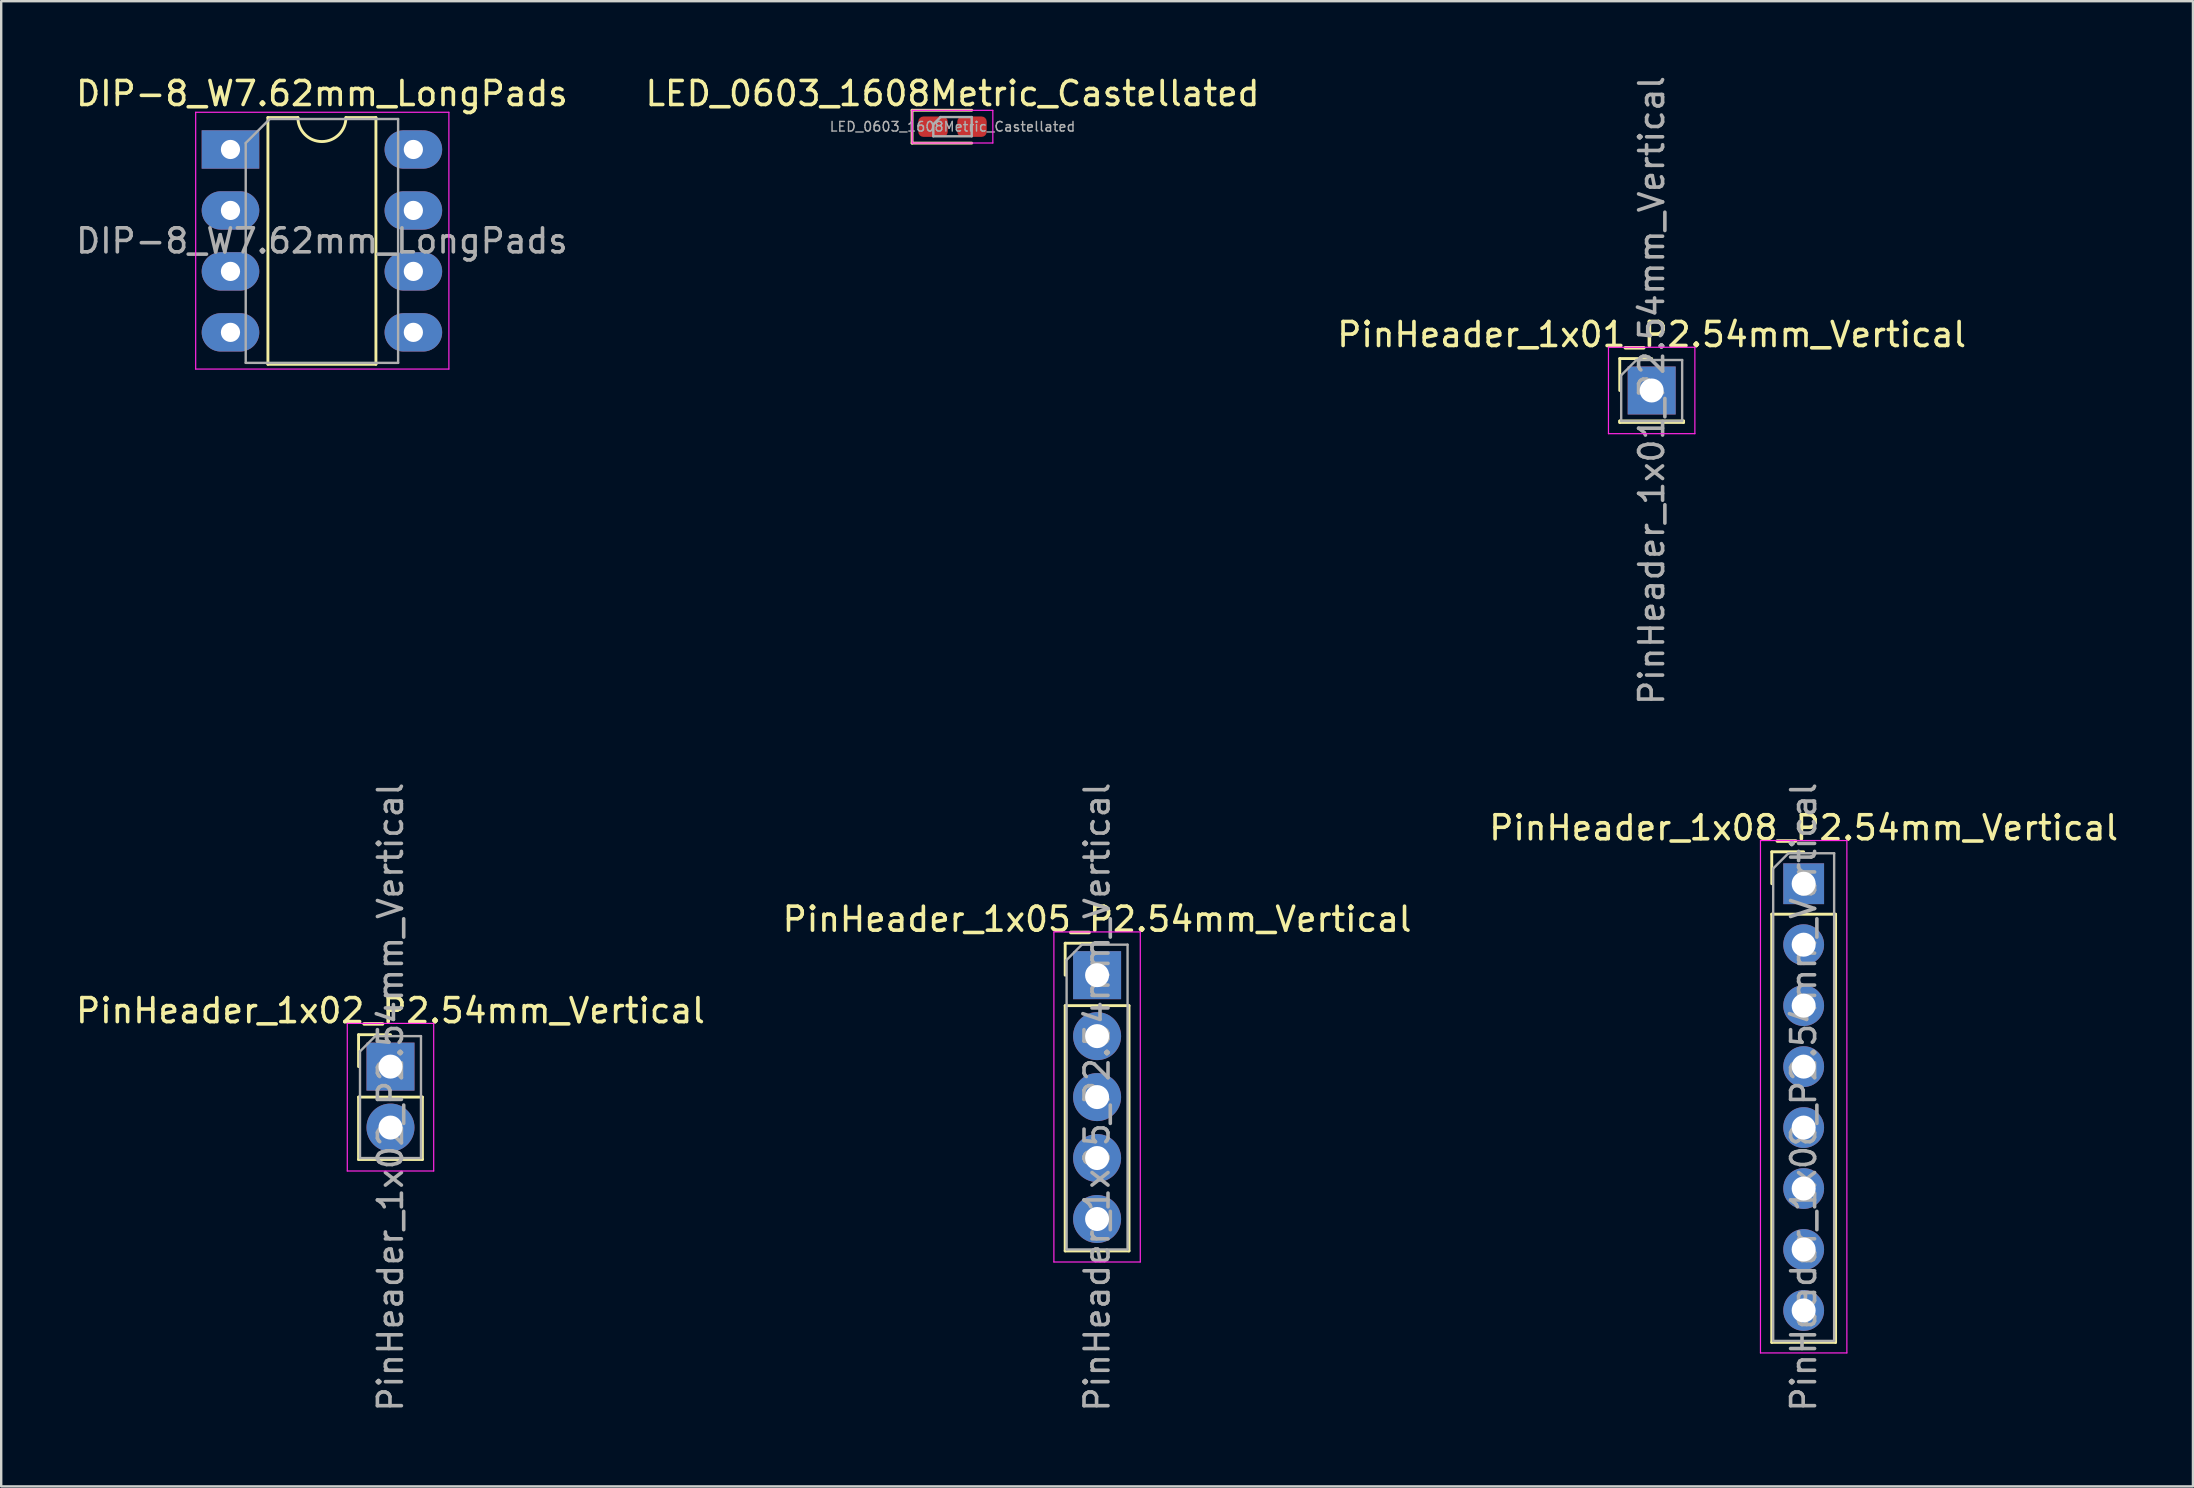
<source format=kicad_pcb>
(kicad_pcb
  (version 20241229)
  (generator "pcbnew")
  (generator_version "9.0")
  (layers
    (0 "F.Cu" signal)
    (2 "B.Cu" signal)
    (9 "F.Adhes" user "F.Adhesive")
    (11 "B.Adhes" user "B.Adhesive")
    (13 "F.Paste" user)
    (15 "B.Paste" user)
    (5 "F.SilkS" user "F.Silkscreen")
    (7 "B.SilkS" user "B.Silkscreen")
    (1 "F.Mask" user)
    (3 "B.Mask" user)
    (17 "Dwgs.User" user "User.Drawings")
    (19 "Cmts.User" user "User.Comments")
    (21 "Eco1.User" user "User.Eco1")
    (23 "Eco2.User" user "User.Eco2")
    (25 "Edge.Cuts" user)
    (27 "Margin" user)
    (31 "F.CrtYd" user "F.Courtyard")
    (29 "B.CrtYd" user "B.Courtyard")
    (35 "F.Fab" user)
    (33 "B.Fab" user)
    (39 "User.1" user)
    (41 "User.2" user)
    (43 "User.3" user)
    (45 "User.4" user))
  (footprint "PinHeader_1x08_P2.54mm_Vertical"
    (layer "F.Cu")
    (at 72.101 33.771)
    (property "Reference" "PinHeader_1x08_P2.54mm_Vertical" (at 0 -2.33 0) (layer "F.SilkS") (effects (font (size 1 1) (thickness 0.15))))
    (attr through_hole)
    (fp_line (start -1.33 -1.33) (end 0 -1.33) (stroke (width 0.12) (type solid)) (layer "F.SilkS"))
    (fp_line (start -1.33 0) (end -1.33 -1.33) (stroke (width 0.12) (type solid)) (layer "F.SilkS"))
    (fp_line (start -1.33 1.27) (end -1.33 19.11) (stroke (width 0.12) (type solid)) (layer "F.SilkS"))
    (fp_line (start -1.33 1.27) (end 1.33 1.27) (stroke (width 0.12) (type solid)) (layer "F.SilkS"))
    (fp_line (start -1.33 19.11) (end 1.33 19.11) (stroke (width 0.12) (type solid)) (layer "F.SilkS"))
    (fp_line (start 1.33 1.27) (end 1.33 19.11) (stroke (width 0.12) (type solid)) (layer "F.SilkS"))
    (fp_line (start -1.8 -1.8) (end -1.8 19.55) (stroke (width 0.05) (type solid)) (layer "F.CrtYd"))
    (fp_line (start -1.8 19.55) (end 1.8 19.55) (stroke (width 0.05) (type solid)) (layer "F.CrtYd"))
    (fp_line (start 1.8 -1.8) (end -1.8 -1.8) (stroke (width 0.05) (type solid)) (layer "F.CrtYd"))
    (fp_line (start 1.8 19.55) (end 1.8 -1.8) (stroke (width 0.05) (type solid)) (layer "F.CrtYd"))
    (fp_line (start -1.27 -0.635) (end -0.635 -1.27) (stroke (width 0.1) (type solid)) (layer "F.Fab"))
    (fp_line (start -1.27 19.05) (end -1.27 -0.635) (stroke (width 0.1) (type solid)) (layer "F.Fab"))
    (fp_line (start -0.635 -1.27) (end 1.27 -1.27) (stroke (width 0.1) (type solid)) (layer "F.Fab"))
    (fp_line (start 1.27 -1.27) (end 1.27 19.05) (stroke (width 0.1) (type solid)) (layer "F.Fab"))
    (fp_line (start 1.27 19.05) (end -1.27 19.05) (stroke (width 0.1) (type solid)) (layer "F.Fab"))
    (fp_text user "${REFERENCE}" (at 0 8.89 90) (layer "F.Fab") (effects (font (size 1 1) (thickness 0.15))))
    (pad "1" thru_hole rect (at 0 0) (size 1.7 1.7) (drill 1) (layers "*.Cu" "*.Mask"))
    (pad "2" thru_hole oval (at 0 2.54) (size 1.7 1.7) (drill 1) (layers "*.Cu" "*.Mask"))
    (pad "3" thru_hole oval (at 0 5.08) (size 1.7 1.7) (drill 1) (layers "*.Cu" "*.Mask"))
    (pad "4" thru_hole oval (at 0 7.62) (size 1.7 1.7) (drill 1) (layers "*.Cu" "*.Mask"))
    (pad "5" thru_hole oval (at 0 10.16) (size 1.7 1.7) (drill 1) (layers "*.Cu" "*.Mask"))
    (pad "6" thru_hole oval (at 0 12.7) (size 1.7 1.7) (drill 1) (layers "*.Cu" "*.Mask"))
    (pad "7" thru_hole oval (at 0 15.24) (size 1.7 1.7) (drill 1) (layers "*.Cu" "*.Mask"))
    (pad "8" thru_hole oval (at 0 17.78) (size 1.7 1.7) (drill 1) (layers "*.Cu" "*.Mask")))
  (footprint "PinHeader_1x01_P2.54mm_Vertical"
    (layer "F.Cu")
    (at 65.768 13.22)
    (property "Reference" "PinHeader_1x01_P2.54mm_Vertical" (at 0 -2.33 0) (layer "F.SilkS") (effects (font (size 1 1) (thickness 0.15))))
    (attr through_hole)
    (fp_line (start -1.33 -1.33) (end 0 -1.33) (stroke (width 0.12) (type solid)) (layer "F.SilkS"))
    (fp_line (start -1.33 0) (end -1.33 -1.33) (stroke (width 0.12) (type solid)) (layer "F.SilkS"))
    (fp_line (start -1.33 1.27) (end -1.33 1.33) (stroke (width 0.12) (type solid)) (layer "F.SilkS"))
    (fp_line (start -1.33 1.27) (end 1.33 1.27) (stroke (width 0.12) (type solid)) (layer "F.SilkS"))
    (fp_line (start -1.33 1.33) (end 1.33 1.33) (stroke (width 0.12) (type solid)) (layer "F.SilkS"))
    (fp_line (start 1.33 1.27) (end 1.33 1.33) (stroke (width 0.12) (type solid)) (layer "F.SilkS"))
    (fp_line (start -1.8 -1.8) (end -1.8 1.8) (stroke (width 0.05) (type solid)) (layer "F.CrtYd"))
    (fp_line (start -1.8 1.8) (end 1.8 1.8) (stroke (width 0.05) (type solid)) (layer "F.CrtYd"))
    (fp_line (start 1.8 -1.8) (end -1.8 -1.8) (stroke (width 0.05) (type solid)) (layer "F.CrtYd"))
    (fp_line (start 1.8 1.8) (end 1.8 -1.8) (stroke (width 0.05) (type solid)) (layer "F.CrtYd"))
    (fp_line (start -1.27 -0.635) (end -0.635 -1.27) (stroke (width 0.1) (type solid)) (layer "F.Fab"))
    (fp_line (start -1.27 1.27) (end -1.27 -0.635) (stroke (width 0.1) (type solid)) (layer "F.Fab"))
    (fp_line (start -0.635 -1.27) (end 1.27 -1.27) (stroke (width 0.1) (type solid)) (layer "F.Fab"))
    (fp_line (start 1.27 -1.27) (end 1.27 1.27) (stroke (width 0.1) (type solid)) (layer "F.Fab"))
    (fp_line (start 1.27 1.27) (end -1.27 1.27) (stroke (width 0.1) (type solid)) (layer "F.Fab"))
    (fp_text user "${REFERENCE}" (at 0 0 90) (layer "F.Fab") (effects (font (size 1 1) (thickness 0.15))))
    (pad "1" thru_hole rect (at 0 0) (size 2 2) (drill 1) (layers "*.Cu" "*.Mask")))
  (footprint "LED_0603_1608Metric_Castellated"
    (layer "F.Cu")
    (at 36.637 2.228)
    (property "Reference" "LED_0603_1608Metric_Castellated" (at 0 -1.38 0) (layer "F.SilkS") (effects (font (size 1 1) (thickness 0.15))))
    (attr smd)
    (fp_line (start -1.685 -0.685) (end -1.685 0.685) (stroke (width 0.12) (type solid)) (layer "F.SilkS"))
    (fp_line (start -1.685 0.685) (end 0.8 0.685) (stroke (width 0.12) (type solid)) (layer "F.SilkS"))
    (fp_line (start 0.8 -0.685) (end -1.685 -0.685) (stroke (width 0.12) (type solid)) (layer "F.SilkS"))
    (fp_line (start -1.68 -0.68) (end 1.68 -0.68) (stroke (width 0.05) (type solid)) (layer "F.CrtYd"))
    (fp_line (start -1.68 0.68) (end -1.68 -0.68) (stroke (width 0.05) (type solid)) (layer "F.CrtYd"))
    (fp_line (start 1.68 -0.68) (end 1.68 0.68) (stroke (width 0.05) (type solid)) (layer "F.CrtYd"))
    (fp_line (start 1.68 0.68) (end -1.68 0.68) (stroke (width 0.05) (type solid)) (layer "F.CrtYd"))
    (fp_line (start -0.8 -0.1) (end -0.8 0.4) (stroke (width 0.1) (type solid)) (layer "F.Fab"))
    (fp_line (start -0.8 0.4) (end 0.8 0.4) (stroke (width 0.1) (type solid)) (layer "F.Fab"))
    (fp_line (start -0.5 -0.4) (end -0.8 -0.1) (stroke (width 0.1) (type solid)) (layer "F.Fab"))
    (fp_line (start 0.8 -0.4) (end -0.5 -0.4) (stroke (width 0.1) (type solid)) (layer "F.Fab"))
    (fp_line (start 0.8 0.4) (end 0.8 -0.4) (stroke (width 0.1) (type solid)) (layer "F.Fab"))
    (fp_text user "${REFERENCE}" (at 0 0 0) (layer "F.Fab") (effects (font (size 0.4 0.4) (thickness 0.06))))
    (pad "1" smd roundrect (at -0.812 0) (size 1.225 0.85) (layers "F.Cu" "F.Mask" "F.Paste") (roundrect_rratio 0.25))
    (pad "2" smd roundrect (at 0.812 0) (size 1.225 0.85) (layers "F.Cu" "F.Mask" "F.Paste") (roundrect_rratio 0.25)))
  (footprint "DIP-8_W7.62mm_LongPads"
    (layer "F.Cu")
    (at 6.553 3.178)
    (property "Reference" "DIP-8_W7.62mm_LongPads" (at 3.81 -2.33 0) (layer "F.SilkS") (effects (font (size 1 1) (thickness 0.15))))
    (attr through_hole)
    (fp_line (start 1.56 -1.33) (end 1.56 8.95) (stroke (width 0.12) (type solid)) (layer "F.SilkS"))
    (fp_line (start 1.56 8.95) (end 6.06 8.95) (stroke (width 0.12) (type solid)) (layer "F.SilkS"))
    (fp_line (start 2.81 -1.33) (end 1.56 -1.33) (stroke (width 0.12) (type solid)) (layer "F.SilkS"))
    (fp_line (start 6.06 -1.33) (end 4.81 -1.33) (stroke (width 0.12) (type solid)) (layer "F.SilkS"))
    (fp_line (start 6.06 8.95) (end 6.06 -1.33) (stroke (width 0.12) (type solid)) (layer "F.SilkS"))
    (fp_arc (start 4.81 -1.33) (mid 3.81 -0.33) (end 2.81 -1.33) (stroke (width 0.12) (type solid)) (layer "F.SilkS"))
    (fp_line (start -1.45 -1.55) (end -1.45 9.15) (stroke (width 0.05) (type solid)) (layer "F.CrtYd"))
    (fp_line (start -1.45 9.15) (end 9.1 9.15) (stroke (width 0.05) (type solid)) (layer "F.CrtYd"))
    (fp_line (start 9.1 -1.55) (end -1.45 -1.55) (stroke (width 0.05) (type solid)) (layer "F.CrtYd"))
    (fp_line (start 9.1 9.15) (end 9.1 -1.55) (stroke (width 0.05) (type solid)) (layer "F.CrtYd"))
    (fp_line (start 0.635 -0.27) (end 1.635 -1.27) (stroke (width 0.1) (type solid)) (layer "F.Fab"))
    (fp_line (start 0.635 8.89) (end 0.635 -0.27) (stroke (width 0.1) (type solid)) (layer "F.Fab"))
    (fp_line (start 1.635 -1.27) (end 6.985 -1.27) (stroke (width 0.1) (type solid)) (layer "F.Fab"))
    (fp_line (start 6.985 -1.27) (end 6.985 8.89) (stroke (width 0.1) (type solid)) (layer "F.Fab"))
    (fp_line (start 6.985 8.89) (end 0.635 8.89) (stroke (width 0.1) (type solid)) (layer "F.Fab"))
    (fp_text user "${REFERENCE}" (at 3.81 3.81 0) (layer "F.Fab") (effects (font (size 1 1) (thickness 0.15))))
    (pad "1" thru_hole rect (at 0 0) (size 2.4 1.6) (drill 0.8) (layers "*.Cu" "*.Mask"))
    (pad "2" thru_hole oval (at 0 2.54) (size 2.4 1.6) (drill 0.8) (layers "*.Cu" "*.Mask"))
    (pad "3" thru_hole oval (at 0 5.08) (size 2.4 1.6) (drill 0.8) (layers "*.Cu" "*.Mask"))
    (pad "4" thru_hole oval (at 0 7.62) (size 2.4 1.6) (drill 0.8) (layers "*.Cu" "*.Mask"))
    (pad "5" thru_hole oval (at 7.62 7.62) (size 2.4 1.6) (drill 0.8) (layers "*.Cu" "*.Mask"))
    (pad "6" thru_hole oval (at 7.62 5.08) (size 2.4 1.6) (drill 0.8) (layers "*.Cu" "*.Mask"))
    (pad "7" thru_hole oval (at 7.62 2.54) (size 2.4 1.6) (drill 0.8) (layers "*.Cu" "*.Mask"))
    (pad "8" thru_hole oval (at 7.62 0) (size 2.4 1.6) (drill 0.8) (layers "*.Cu" "*.Mask")))
  (footprint "PinHeader_1x05_P2.54mm_Vertical"
    (layer "F.Cu")
    (at 42.661 37.581)
    (property "Reference" "PinHeader_1x05_P2.54mm_Vertical" (at 0 -2.33 0) (layer "F.SilkS") (effects (font (size 1 1) (thickness 0.15))))
    (attr through_hole)
    (fp_line (start -1.33 -1.33) (end 0 -1.33) (stroke (width 0.12) (type solid)) (layer "F.SilkS"))
    (fp_line (start -1.33 0) (end -1.33 -1.33) (stroke (width 0.12) (type solid)) (layer "F.SilkS"))
    (fp_line (start -1.33 1.27) (end -1.33 11.49) (stroke (width 0.12) (type solid)) (layer "F.SilkS"))
    (fp_line (start -1.33 1.27) (end 1.33 1.27) (stroke (width 0.12) (type solid)) (layer "F.SilkS"))
    (fp_line (start -1.33 11.49) (end 1.33 11.49) (stroke (width 0.12) (type solid)) (layer "F.SilkS"))
    (fp_line (start 1.33 1.27) (end 1.33 11.49) (stroke (width 0.12) (type solid)) (layer "F.SilkS"))
    (fp_line (start -1.8 -1.8) (end -1.8 11.95) (stroke (width 0.05) (type solid)) (layer "F.CrtYd"))
    (fp_line (start -1.8 11.95) (end 1.8 11.95) (stroke (width 0.05) (type solid)) (layer "F.CrtYd"))
    (fp_line (start 1.8 -1.8) (end -1.8 -1.8) (stroke (width 0.05) (type solid)) (layer "F.CrtYd"))
    (fp_line (start 1.8 11.95) (end 1.8 -1.8) (stroke (width 0.05) (type solid)) (layer "F.CrtYd"))
    (fp_line (start -1.27 -0.635) (end -0.635 -1.27) (stroke (width 0.1) (type solid)) (layer "F.Fab"))
    (fp_line (start -1.27 11.43) (end -1.27 -0.635) (stroke (width 0.1) (type solid)) (layer "F.Fab"))
    (fp_line (start -0.635 -1.27) (end 1.27 -1.27) (stroke (width 0.1) (type solid)) (layer "F.Fab"))
    (fp_line (start 1.27 -1.27) (end 1.27 11.43) (stroke (width 0.1) (type solid)) (layer "F.Fab"))
    (fp_line (start 1.27 11.43) (end -1.27 11.43) (stroke (width 0.1) (type solid)) (layer "F.Fab"))
    (fp_text user "${REFERENCE}" (at 0 5.08 90) (layer "F.Fab") (effects (font (size 1 1) (thickness 0.15))))
    (pad "1" thru_hole rect (at 0 0) (size 2 2) (drill 1) (layers "*.Cu" "*.Mask"))
    (pad "2" thru_hole oval (at 0 2.54) (size 2 2) (drill 1) (layers "*.Cu" "*.Mask"))
    (pad "3" thru_hole oval (at 0 5.08) (size 2 2) (drill 1) (layers "*.Cu" "*.Mask"))
    (pad "4" thru_hole oval (at 0 7.62) (size 2 2) (drill 1) (layers "*.Cu" "*.Mask"))
    (pad "5" thru_hole oval (at 0 10.16) (size 2 2) (drill 1) (layers "*.Cu" "*.Mask")))
  (footprint "PinHeader_1x02_P2.54mm_Vertical"
    (layer "F.Cu")
    (at 13.22 41.391)
    (property "Reference" "PinHeader_1x02_P2.54mm_Vertical" (at 0 -2.33 0) (layer "F.SilkS") (effects (font (size 1 1) (thickness 0.15))))
    (attr through_hole)
    (fp_line (start -1.33 -1.33) (end 0 -1.33) (stroke (width 0.12) (type solid)) (layer "F.SilkS"))
    (fp_line (start -1.33 0) (end -1.33 -1.33) (stroke (width 0.12) (type solid)) (layer "F.SilkS"))
    (fp_line (start -1.33 1.27) (end -1.33 3.87) (stroke (width 0.12) (type solid)) (layer "F.SilkS"))
    (fp_line (start -1.33 1.27) (end 1.33 1.27) (stroke (width 0.12) (type solid)) (layer "F.SilkS"))
    (fp_line (start -1.33 3.87) (end 1.33 3.87) (stroke (width 0.12) (type solid)) (layer "F.SilkS"))
    (fp_line (start 1.33 1.27) (end 1.33 3.87) (stroke (width 0.12) (type solid)) (layer "F.SilkS"))
    (fp_line (start -1.8 -1.8) (end -1.8 4.35) (stroke (width 0.05) (type solid)) (layer "F.CrtYd"))
    (fp_line (start -1.8 4.35) (end 1.8 4.35) (stroke (width 0.05) (type solid)) (layer "F.CrtYd"))
    (fp_line (start 1.8 -1.8) (end -1.8 -1.8) (stroke (width 0.05) (type solid)) (layer "F.CrtYd"))
    (fp_line (start 1.8 4.35) (end 1.8 -1.8) (stroke (width 0.05) (type solid)) (layer "F.CrtYd"))
    (fp_line (start -1.27 -0.635) (end -0.635 -1.27) (stroke (width 0.1) (type solid)) (layer "F.Fab"))
    (fp_line (start -1.27 3.81) (end -1.27 -0.635) (stroke (width 0.1) (type solid)) (layer "F.Fab"))
    (fp_line (start -0.635 -1.27) (end 1.27 -1.27) (stroke (width 0.1) (type solid)) (layer "F.Fab"))
    (fp_line (start 1.27 -1.27) (end 1.27 3.81) (stroke (width 0.1) (type solid)) (layer "F.Fab"))
    (fp_line (start 1.27 3.81) (end -1.27 3.81) (stroke (width 0.1) (type solid)) (layer "F.Fab"))
    (fp_text user "${REFERENCE}" (at 0 1.27 90) (layer "F.Fab") (effects (font (size 1 1) (thickness 0.15))))
    (pad "1" thru_hole rect (at 0 0) (size 2 2) (drill 1) (layers "*.Cu" "*.Mask"))
    (pad "2" thru_hole oval (at 0 2.54) (size 2 2) (drill 1) (layers "*.Cu" "*.Mask")))
  (gr_rect
    (start -3 -3)
    (end 88.321 58.881)
    (stroke (width 0.1) (type default))
    (fill no)
    (layer "Edge.Cuts")))
</source>
